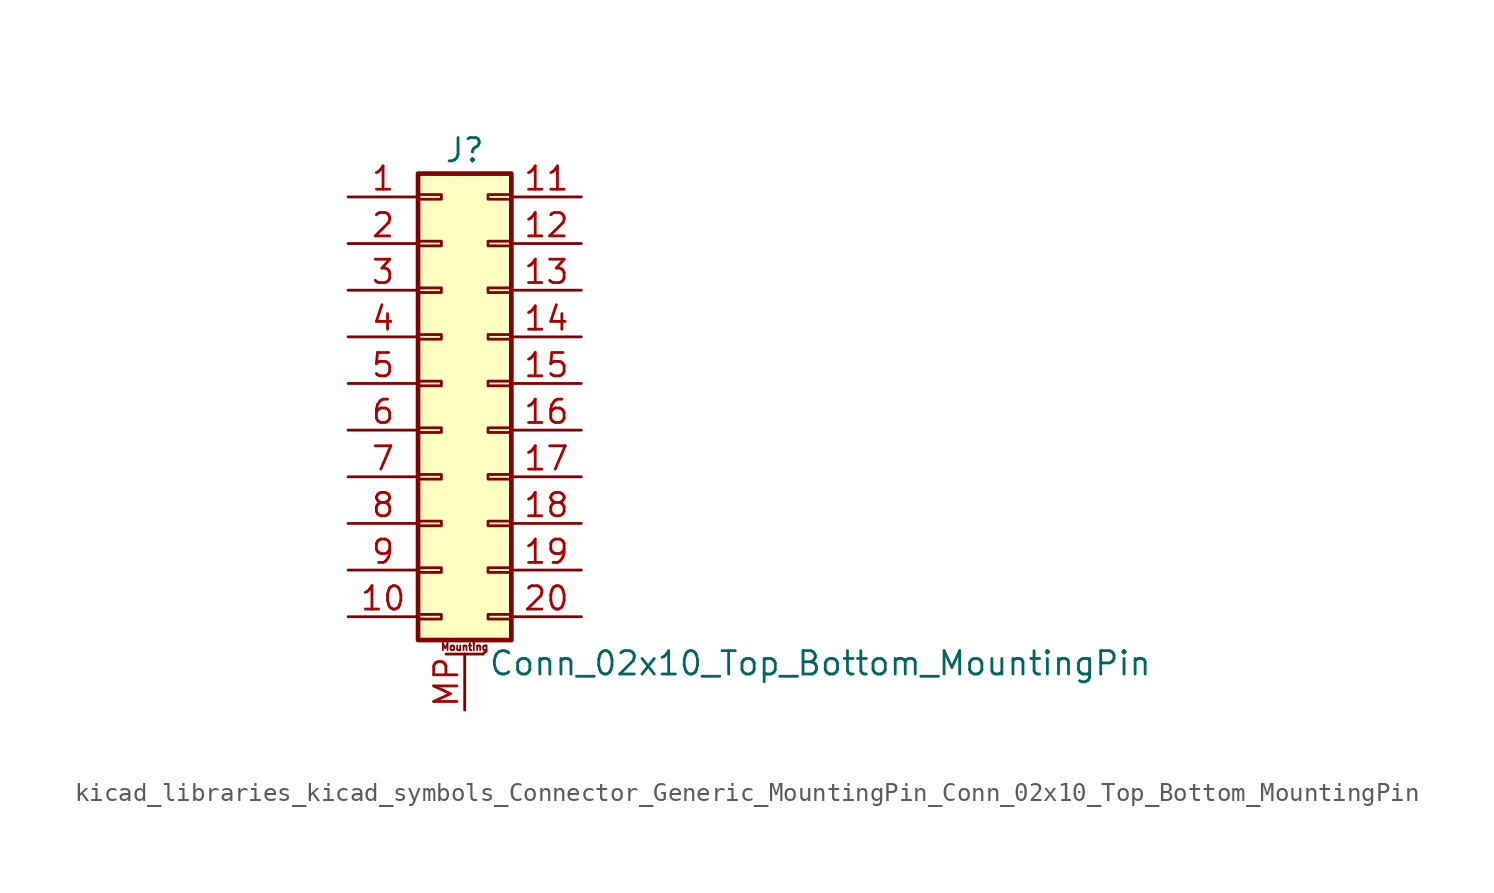
<source format=kicad_sym>
(kicad_symbol_lib
  (version 20220914)
  (generator kicad_symbol_editor)
  (symbol "kicad_libraries_kicad_symbols_Connector_Generic_MountingPin_Conn_02x10_Top_Bottom_MountingPin"
    (pin_names
      (offset 1.016) hide)
    (property "Reference" "J"
      (at 1.27 12.7 0)
      (effects (font (size 1.27 1.27))))
    (property "Value" "Conn_02x10_Top_Bottom_MountingPin"
      (at 2.54 -15.24 0)
      (effects (font (size 1.27 1.27)) (justify left)))
    (symbol "kicad_libraries_kicad_symbols_Connector_Generic_MountingPin_Conn_02x10_Top_Bottom_MountingPin_1_1"
      (rectangle (start -1.27 -12.573) (end 0 -12.827) (stroke (width 0.152) (type default)) (fill (type none)))
      (rectangle (start -1.27 -10.033) (end 0 -10.287) (stroke (width 0.152) (type default)) (fill (type none)))
      (rectangle (start -1.27 -7.493) (end 0 -7.747) (stroke (width 0.152) (type default)) (fill (type none)))
      (rectangle (start -1.27 -4.953) (end 0 -5.207) (stroke (width 0.152) (type default)) (fill (type none)))
      (rectangle (start -1.27 -2.413) (end 0 -2.667) (stroke (width 0.152) (type default)) (fill (type none)))
      (rectangle (start -1.27 0.127) (end 0 -0.127) (stroke (width 0.152) (type default)) (fill (type none)))
      (rectangle (start -1.27 2.667) (end 0 2.413) (stroke (width 0.152) (type default)) (fill (type none)))
      (rectangle (start -1.27 5.207) (end 0 4.953) (stroke (width 0.152) (type default)) (fill (type none)))
      (rectangle (start -1.27 7.747) (end 0 7.493) (stroke (width 0.152) (type default)) (fill (type none)))
      (rectangle (start -1.27 10.287) (end 0 10.033) (stroke (width 0.152) (type default)) (fill (type none)))
      (rectangle (start -1.27 11.43) (end 3.81 -13.97) (stroke (width 0.254) (type default)) (fill (type background)))
      (polyline (pts (xy 0.254 -14.732) (xy 2.286 -14.732)) (stroke (width 0.152) (type default)) (fill (type none)))
      (rectangle (start 3.81 -12.573) (end 2.54 -12.827) (stroke (width 0.152) (type default)) (fill (type none)))
      (rectangle (start 3.81 -10.033) (end 2.54 -10.287) (stroke (width 0.152) (type default)) (fill (type none)))
      (rectangle (start 3.81 -7.493) (end 2.54 -7.747) (stroke (width 0.152) (type default)) (fill (type none)))
      (rectangle (start 3.81 -4.953) (end 2.54 -5.207) (stroke (width 0.152) (type default)) (fill (type none)))
      (rectangle (start 3.81 -2.413) (end 2.54 -2.667) (stroke (width 0.152) (type default)) (fill (type none)))
      (rectangle (start 3.81 0.127) (end 2.54 -0.127) (stroke (width 0.152) (type default)) (fill (type none)))
      (rectangle (start 3.81 2.667) (end 2.54 2.413) (stroke (width 0.152) (type default)) (fill (type none)))
      (rectangle (start 3.81 5.207) (end 2.54 4.953) (stroke (width 0.152) (type default)) (fill (type none)))
      (rectangle (start 3.81 7.747) (end 2.54 7.493) (stroke (width 0.152) (type default)) (fill (type none)))
      (rectangle (start 3.81 10.287) (end 2.54 10.033) (stroke (width 0.152) (type default)) (fill (type none)))
      (text "Mounting" (at 1.27 -14.351 0) (effects (font (size 0.381 0.381))))
      (pin passive line (at -5.08 10.16 0) (length 3.81) (name "Pin_1" (effects (font (size 1.27 1.27)))) (number "1" (effects (font (size 1.27 1.27)))))
      (pin passive line (at -5.08 -12.7 0) (length 3.81) (name "Pin_10" (effects (font (size 1.27 1.27)))) (number "10" (effects (font (size 1.27 1.27)))))
      (pin passive line (at 7.62 10.16 180) (length 3.81) (name "Pin_11" (effects (font (size 1.27 1.27)))) (number "11" (effects (font (size 1.27 1.27)))))
      (pin passive line (at 7.62 7.62 180) (length 3.81) (name "Pin_12" (effects (font (size 1.27 1.27)))) (number "12" (effects (font (size 1.27 1.27)))))
      (pin passive line (at 7.62 5.08 180) (length 3.81) (name "Pin_13" (effects (font (size 1.27 1.27)))) (number "13" (effects (font (size 1.27 1.27)))))
      (pin passive line (at 7.62 2.54 180) (length 3.81) (name "Pin_14" (effects (font (size 1.27 1.27)))) (number "14" (effects (font (size 1.27 1.27)))))
      (pin passive line (at 7.62 0 180) (length 3.81) (name "Pin_15" (effects (font (size 1.27 1.27)))) (number "15" (effects (font (size 1.27 1.27)))))
      (pin passive line (at 7.62 -2.54 180) (length 3.81) (name "Pin_16" (effects (font (size 1.27 1.27)))) (number "16" (effects (font (size 1.27 1.27)))))
      (pin passive line (at 7.62 -5.08 180) (length 3.81) (name "Pin_17" (effects (font (size 1.27 1.27)))) (number "17" (effects (font (size 1.27 1.27)))))
      (pin passive line (at 7.62 -7.62 180) (length 3.81) (name "Pin_18" (effects (font (size 1.27 1.27)))) (number "18" (effects (font (size 1.27 1.27)))))
      (pin passive line (at 7.62 -10.16 180) (length 3.81) (name "Pin_19" (effects (font (size 1.27 1.27)))) (number "19" (effects (font (size 1.27 1.27)))))
      (pin passive line (at -5.08 7.62 0) (length 3.81) (name "Pin_2" (effects (font (size 1.27 1.27)))) (number "2" (effects (font (size 1.27 1.27)))))
      (pin passive line (at 7.62 -12.7 180) (length 3.81) (name "Pin_20" (effects (font (size 1.27 1.27)))) (number "20" (effects (font (size 1.27 1.27)))))
      (pin passive line (at -5.08 5.08 0) (length 3.81) (name "Pin_3" (effects (font (size 1.27 1.27)))) (number "3" (effects (font (size 1.27 1.27)))))
      (pin passive line (at -5.08 2.54 0) (length 3.81) (name "Pin_4" (effects (font (size 1.27 1.27)))) (number "4" (effects (font (size 1.27 1.27)))))
      (pin passive line (at -5.08 0 0) (length 3.81) (name "Pin_5" (effects (font (size 1.27 1.27)))) (number "5" (effects (font (size 1.27 1.27)))))
      (pin passive line (at -5.08 -2.54 0) (length 3.81) (name "Pin_6" (effects (font (size 1.27 1.27)))) (number "6" (effects (font (size 1.27 1.27)))))
      (pin passive line (at -5.08 -5.08 0) (length 3.81) (name "Pin_7" (effects (font (size 1.27 1.27)))) (number "7" (effects (font (size 1.27 1.27)))))
      (pin passive line (at -5.08 -7.62 0) (length 3.81) (name "Pin_8" (effects (font (size 1.27 1.27)))) (number "8" (effects (font (size 1.27 1.27)))))
      (pin passive line (at -5.08 -10.16 0) (length 3.81) (name "Pin_9" (effects (font (size 1.27 1.27)))) (number "9" (effects (font (size 1.27 1.27)))))
      (pin passive line (at 1.27 -17.78 90) (length 3.048) (name "MountPin" (effects (font (size 1.27 1.27)))) (number "MP" (effects (font (size 1.27 1.27))))))))
</source>
